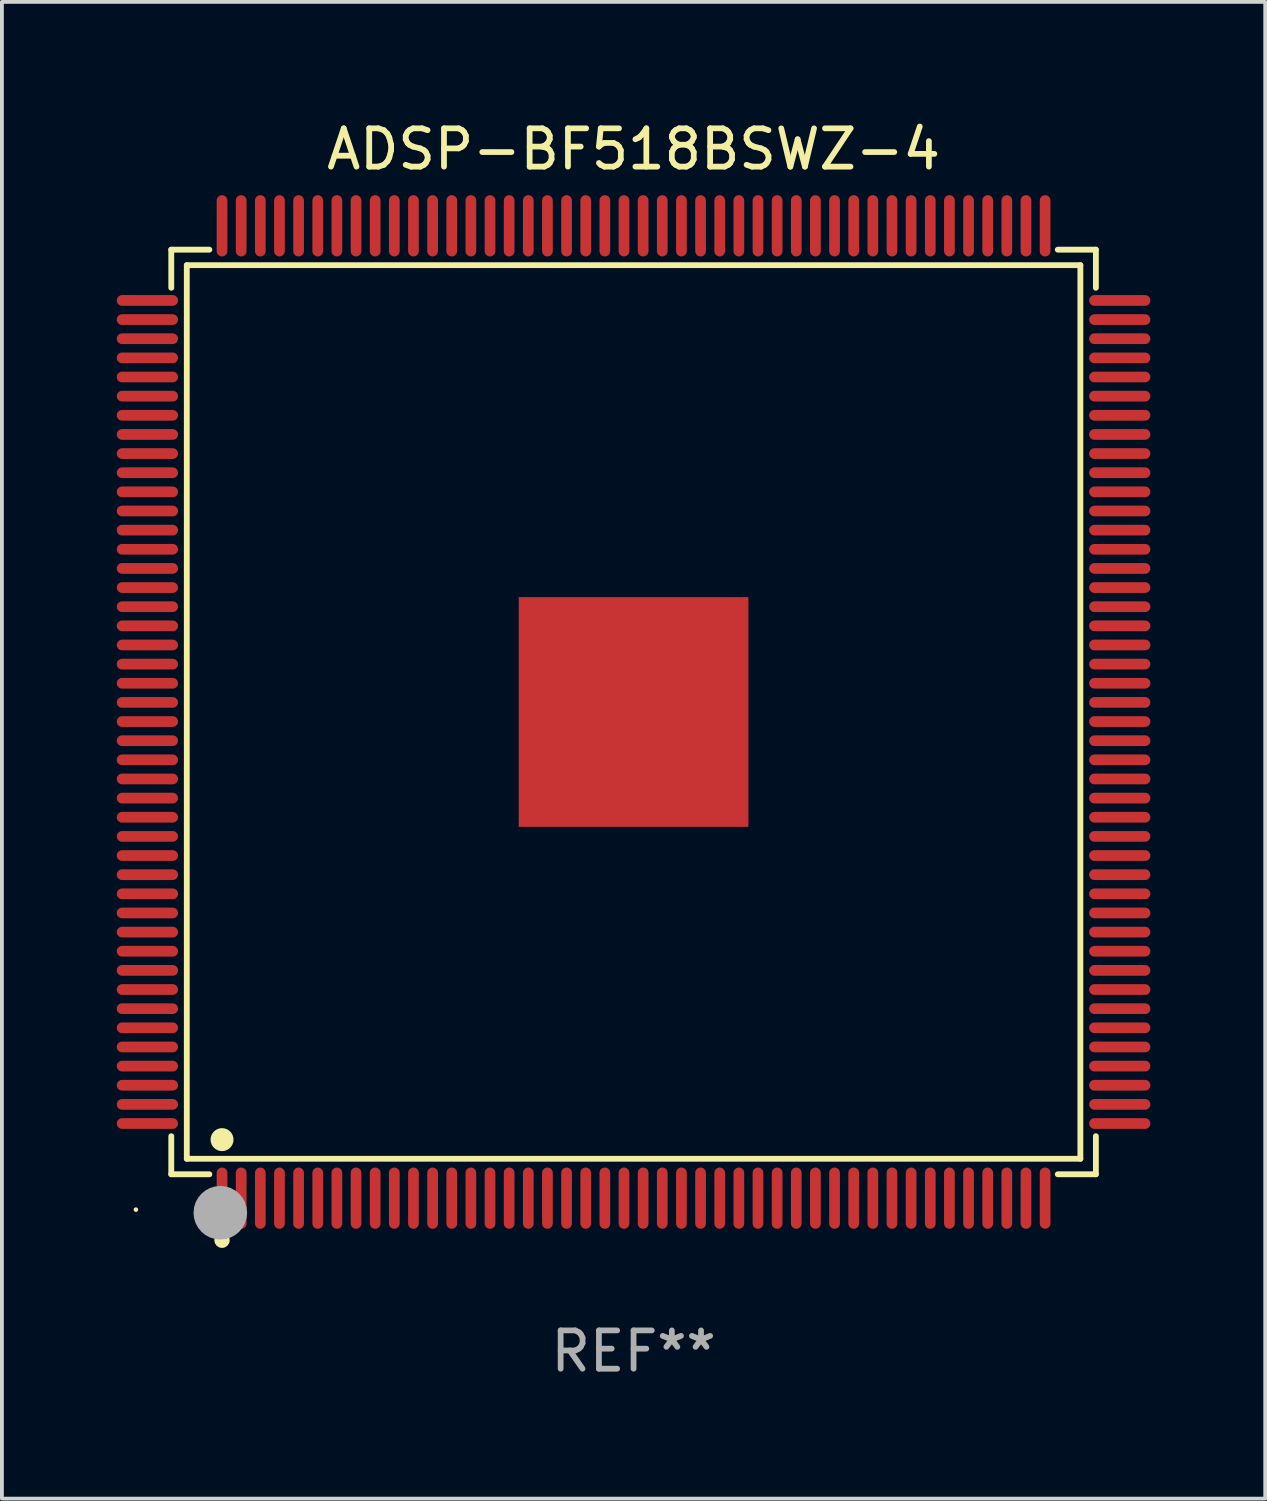
<source format=kicad_pcb>
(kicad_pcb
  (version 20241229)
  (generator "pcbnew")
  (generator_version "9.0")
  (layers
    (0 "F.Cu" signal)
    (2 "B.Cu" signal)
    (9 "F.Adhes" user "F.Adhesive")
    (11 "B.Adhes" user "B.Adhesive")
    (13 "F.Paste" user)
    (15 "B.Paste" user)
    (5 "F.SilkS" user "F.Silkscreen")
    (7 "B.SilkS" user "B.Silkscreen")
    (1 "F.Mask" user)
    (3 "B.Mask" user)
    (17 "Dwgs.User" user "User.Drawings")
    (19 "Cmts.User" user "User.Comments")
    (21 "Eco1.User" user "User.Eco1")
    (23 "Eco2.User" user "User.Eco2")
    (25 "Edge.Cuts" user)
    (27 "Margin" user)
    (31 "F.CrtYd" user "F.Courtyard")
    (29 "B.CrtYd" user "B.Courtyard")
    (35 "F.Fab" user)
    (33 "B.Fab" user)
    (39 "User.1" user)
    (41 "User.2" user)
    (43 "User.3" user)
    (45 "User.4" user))
  (footprint "ADSP-BF518BSWZ-4"
    (layer "F.Cu")
    (at 13.5 15.548)
    (property "Reference" "ADSP-BF518BSWZ-4" (at 0 -14.7 0) (layer "F.SilkS") (effects (font (size 1 1) (thickness 0.15))))
    (attr through_hole)
    (fp_line (start -12.076 -12.076) (end -11.081 -12.076) (stroke (width 0.152) (type solid)) (layer "F.SilkS"))
    (fp_line (start -12.076 -11.081) (end -12.076 -12.076) (stroke (width 0.152) (type solid)) (layer "F.SilkS"))
    (fp_line (start -12.076 11.081) (end -12.076 12.076) (stroke (width 0.152) (type solid)) (layer "F.SilkS"))
    (fp_line (start -12.076 12.076) (end -11.081 12.076) (stroke (width 0.152) (type solid)) (layer "F.SilkS"))
    (fp_line (start -11.671 -11.671) (end 11.671 -11.671) (stroke (width 0.152) (type solid)) (layer "F.SilkS"))
    (fp_line (start -11.671 11.671) (end -11.671 -11.671) (stroke (width 0.152) (type solid)) (layer "F.SilkS"))
    (fp_line (start 11.671 -11.671) (end 11.671 11.671) (stroke (width 0.152) (type solid)) (layer "F.SilkS"))
    (fp_line (start 11.671 11.671) (end -11.671 11.671) (stroke (width 0.152) (type solid)) (layer "F.SilkS"))
    (fp_line (start 12.076 -12.076) (end 11.081 -12.076) (stroke (width 0.152) (type solid)) (layer "F.SilkS"))
    (fp_line (start 12.076 -11.081) (end 12.076 -12.076) (stroke (width 0.152) (type solid)) (layer "F.SilkS"))
    (fp_line (start 12.076 11.081) (end 12.076 12.076) (stroke (width 0.152) (type solid)) (layer "F.SilkS"))
    (fp_line (start 12.076 12.076) (end 11.081 12.076) (stroke (width 0.152) (type solid)) (layer "F.SilkS"))
    (fp_circle (center -13 13) (end -12.97 13) (stroke (width 0.06) (type solid)) (fill no) (layer "F.SilkS"))
    (fp_circle (center -10.75 11.171) (end -10.6 11.171) (stroke (width 0.3) (type solid)) (fill no) (layer "F.SilkS"))
    (fp_circle (center -10.75 13.8) (end -10.65 13.8) (stroke (width 0.2) (type solid)) (fill no) (layer "F.SilkS"))
    (fp_circle (center -10.795 13.081) (end -10.445 13.081) (stroke (width 0.7) (type solid)) (fill no) (layer "F.Fab"))
    (fp_text user "REF**" (at 0 16.7 0) (layer "F.Fab") (effects (font (size 1 1) (thickness 0.15))))
    (pad "1" smd oval (at -10.75 12.7) (size 0.28 1.6) (layers "F.Cu" "F.Mask" "F.Paste"))
    (pad "2" smd oval (at -10.25 12.7) (size 0.28 1.6) (layers "F.Cu" "F.Mask" "F.Paste"))
    (pad "3" smd oval (at -9.75 12.7) (size 0.28 1.6) (layers "F.Cu" "F.Mask" "F.Paste"))
    (pad "4" smd oval (at -9.25 12.7) (size 0.28 1.6) (layers "F.Cu" "F.Mask" "F.Paste"))
    (pad "5" smd oval (at -8.75 12.7) (size 0.28 1.6) (layers "F.Cu" "F.Mask" "F.Paste"))
    (pad "6" smd oval (at -8.25 12.7) (size 0.28 1.6) (layers "F.Cu" "F.Mask" "F.Paste"))
    (pad "7" smd oval (at -7.75 12.7) (size 0.28 1.6) (layers "F.Cu" "F.Mask" "F.Paste"))
    (pad "8" smd oval (at -7.25 12.7) (size 0.28 1.6) (layers "F.Cu" "F.Mask" "F.Paste"))
    (pad "9" smd oval (at -6.75 12.7) (size 0.28 1.6) (layers "F.Cu" "F.Mask" "F.Paste"))
    (pad "10" smd oval (at -6.25 12.7) (size 0.28 1.6) (layers "F.Cu" "F.Mask" "F.Paste"))
    (pad "11" smd oval (at -5.75 12.7) (size 0.28 1.6) (layers "F.Cu" "F.Mask" "F.Paste"))
    (pad "12" smd oval (at -5.25 12.7) (size 0.28 1.6) (layers "F.Cu" "F.Mask" "F.Paste"))
    (pad "13" smd oval (at -4.75 12.7) (size 0.28 1.6) (layers "F.Cu" "F.Mask" "F.Paste"))
    (pad "14" smd oval (at -4.25 12.7) (size 0.28 1.6) (layers "F.Cu" "F.Mask" "F.Paste"))
    (pad "15" smd oval (at -3.75 12.7) (size 0.28 1.6) (layers "F.Cu" "F.Mask" "F.Paste"))
    (pad "16" smd oval (at -3.25 12.7) (size 0.28 1.6) (layers "F.Cu" "F.Mask" "F.Paste"))
    (pad "17" smd oval (at -2.75 12.7) (size 0.28 1.6) (layers "F.Cu" "F.Mask" "F.Paste"))
    (pad "18" smd oval (at -2.25 12.7) (size 0.28 1.6) (layers "F.Cu" "F.Mask" "F.Paste"))
    (pad "19" smd oval (at -1.75 12.7) (size 0.28 1.6) (layers "F.Cu" "F.Mask" "F.Paste"))
    (pad "20" smd oval (at -1.25 12.7) (size 0.28 1.6) (layers "F.Cu" "F.Mask" "F.Paste"))
    (pad "21" smd oval (at -0.75 12.7) (size 0.28 1.6) (layers "F.Cu" "F.Mask" "F.Paste"))
    (pad "22" smd oval (at -0.25 12.7) (size 0.28 1.6) (layers "F.Cu" "F.Mask" "F.Paste"))
    (pad "23" smd oval (at 0.25 12.7) (size 0.28 1.6) (layers "F.Cu" "F.Mask" "F.Paste"))
    (pad "24" smd oval (at 0.75 12.7) (size 0.28 1.6) (layers "F.Cu" "F.Mask" "F.Paste"))
    (pad "25" smd oval (at 1.25 12.7) (size 0.28 1.6) (layers "F.Cu" "F.Mask" "F.Paste"))
    (pad "26" smd oval (at 1.75 12.7) (size 0.28 1.6) (layers "F.Cu" "F.Mask" "F.Paste"))
    (pad "27" smd oval (at 2.25 12.7) (size 0.28 1.6) (layers "F.Cu" "F.Mask" "F.Paste"))
    (pad "28" smd oval (at 2.75 12.7) (size 0.28 1.6) (layers "F.Cu" "F.Mask" "F.Paste"))
    (pad "29" smd oval (at 3.25 12.7) (size 0.28 1.6) (layers "F.Cu" "F.Mask" "F.Paste"))
    (pad "30" smd oval (at 3.75 12.7) (size 0.28 1.6) (layers "F.Cu" "F.Mask" "F.Paste"))
    (pad "31" smd oval (at 4.25 12.7) (size 0.28 1.6) (layers "F.Cu" "F.Mask" "F.Paste"))
    (pad "32" smd oval (at 4.75 12.7) (size 0.28 1.6) (layers "F.Cu" "F.Mask" "F.Paste"))
    (pad "33" smd oval (at 5.25 12.7) (size 0.28 1.6) (layers "F.Cu" "F.Mask" "F.Paste"))
    (pad "34" smd oval (at 5.75 12.7) (size 0.28 1.6) (layers "F.Cu" "F.Mask" "F.Paste"))
    (pad "35" smd oval (at 6.25 12.7) (size 0.28 1.6) (layers "F.Cu" "F.Mask" "F.Paste"))
    (pad "36" smd oval (at 6.75 12.7) (size 0.28 1.6) (layers "F.Cu" "F.Mask" "F.Paste"))
    (pad "37" smd oval (at 7.25 12.7) (size 0.28 1.6) (layers "F.Cu" "F.Mask" "F.Paste"))
    (pad "38" smd oval (at 7.75 12.7) (size 0.28 1.6) (layers "F.Cu" "F.Mask" "F.Paste"))
    (pad "39" smd oval (at 8.25 12.7) (size 0.28 1.6) (layers "F.Cu" "F.Mask" "F.Paste"))
    (pad "40" smd oval (at 8.75 12.7) (size 0.28 1.6) (layers "F.Cu" "F.Mask" "F.Paste"))
    (pad "41" smd oval (at 9.25 12.7) (size 0.28 1.6) (layers "F.Cu" "F.Mask" "F.Paste"))
    (pad "42" smd oval (at 9.75 12.7) (size 0.28 1.6) (layers "F.Cu" "F.Mask" "F.Paste"))
    (pad "43" smd oval (at 10.25 12.7) (size 0.28 1.6) (layers "F.Cu" "F.Mask" "F.Paste"))
    (pad "44" smd oval (at 10.75 12.7) (size 0.28 1.6) (layers "F.Cu" "F.Mask" "F.Paste"))
    (pad "45" smd oval (at 12.7 10.75) (size 1.6 0.28) (layers "F.Cu" "F.Mask" "F.Paste"))
    (pad "46" smd oval (at 12.7 10.25) (size 1.6 0.28) (layers "F.Cu" "F.Mask" "F.Paste"))
    (pad "47" smd oval (at 12.7 9.75) (size 1.6 0.28) (layers "F.Cu" "F.Mask" "F.Paste"))
    (pad "48" smd oval (at 12.7 9.25) (size 1.6 0.28) (layers "F.Cu" "F.Mask" "F.Paste"))
    (pad "49" smd oval (at 12.7 8.75) (size 1.6 0.28) (layers "F.Cu" "F.Mask" "F.Paste"))
    (pad "50" smd oval (at 12.7 8.25) (size 1.6 0.28) (layers "F.Cu" "F.Mask" "F.Paste"))
    (pad "51" smd oval (at 12.7 7.75) (size 1.6 0.28) (layers "F.Cu" "F.Mask" "F.Paste"))
    (pad "52" smd oval (at 12.7 7.25) (size 1.6 0.28) (layers "F.Cu" "F.Mask" "F.Paste"))
    (pad "53" smd oval (at 12.7 6.75) (size 1.6 0.28) (layers "F.Cu" "F.Mask" "F.Paste"))
    (pad "54" smd oval (at 12.7 6.25) (size 1.6 0.28) (layers "F.Cu" "F.Mask" "F.Paste"))
    (pad "55" smd oval (at 12.7 5.75) (size 1.6 0.28) (layers "F.Cu" "F.Mask" "F.Paste"))
    (pad "56" smd oval (at 12.7 5.25) (size 1.6 0.28) (layers "F.Cu" "F.Mask" "F.Paste"))
    (pad "57" smd oval (at 12.7 4.75) (size 1.6 0.28) (layers "F.Cu" "F.Mask" "F.Paste"))
    (pad "58" smd oval (at 12.7 4.25) (size 1.6 0.28) (layers "F.Cu" "F.Mask" "F.Paste"))
    (pad "59" smd oval (at 12.7 3.75) (size 1.6 0.28) (layers "F.Cu" "F.Mask" "F.Paste"))
    (pad "60" smd oval (at 12.7 3.25) (size 1.6 0.28) (layers "F.Cu" "F.Mask" "F.Paste"))
    (pad "61" smd oval (at 12.7 2.75) (size 1.6 0.28) (layers "F.Cu" "F.Mask" "F.Paste"))
    (pad "62" smd oval (at 12.7 2.25) (size 1.6 0.28) (layers "F.Cu" "F.Mask" "F.Paste"))
    (pad "63" smd oval (at 12.7 1.75) (size 1.6 0.28) (layers "F.Cu" "F.Mask" "F.Paste"))
    (pad "64" smd oval (at 12.7 1.25) (size 1.6 0.28) (layers "F.Cu" "F.Mask" "F.Paste"))
    (pad "65" smd oval (at 12.7 0.75) (size 1.6 0.28) (layers "F.Cu" "F.Mask" "F.Paste"))
    (pad "66" smd oval (at 12.7 0.25) (size 1.6 0.28) (layers "F.Cu" "F.Mask" "F.Paste"))
    (pad "67" smd oval (at 12.7 -0.25) (size 1.6 0.28) (layers "F.Cu" "F.Mask" "F.Paste"))
    (pad "68" smd oval (at 12.7 -0.75) (size 1.6 0.28) (layers "F.Cu" "F.Mask" "F.Paste"))
    (pad "69" smd oval (at 12.7 -1.25) (size 1.6 0.28) (layers "F.Cu" "F.Mask" "F.Paste"))
    (pad "70" smd oval (at 12.7 -1.75) (size 1.6 0.28) (layers "F.Cu" "F.Mask" "F.Paste"))
    (pad "71" smd oval (at 12.7 -2.25) (size 1.6 0.28) (layers "F.Cu" "F.Mask" "F.Paste"))
    (pad "72" smd oval (at 12.7 -2.75) (size 1.6 0.28) (layers "F.Cu" "F.Mask" "F.Paste"))
    (pad "73" smd oval (at 12.7 -3.25) (size 1.6 0.28) (layers "F.Cu" "F.Mask" "F.Paste"))
    (pad "74" smd oval (at 12.7 -3.75) (size 1.6 0.28) (layers "F.Cu" "F.Mask" "F.Paste"))
    (pad "75" smd oval (at 12.7 -4.25) (size 1.6 0.28) (layers "F.Cu" "F.Mask" "F.Paste"))
    (pad "76" smd oval (at 12.7 -4.75) (size 1.6 0.28) (layers "F.Cu" "F.Mask" "F.Paste"))
    (pad "77" smd oval (at 12.7 -5.25) (size 1.6 0.28) (layers "F.Cu" "F.Mask" "F.Paste"))
    (pad "78" smd oval (at 12.7 -5.75) (size 1.6 0.28) (layers "F.Cu" "F.Mask" "F.Paste"))
    (pad "79" smd oval (at 12.7 -6.25) (size 1.6 0.28) (layers "F.Cu" "F.Mask" "F.Paste"))
    (pad "80" smd oval (at 12.7 -6.75) (size 1.6 0.28) (layers "F.Cu" "F.Mask" "F.Paste"))
    (pad "81" smd oval (at 12.7 -7.25) (size 1.6 0.28) (layers "F.Cu" "F.Mask" "F.Paste"))
    (pad "82" smd oval (at 12.7 -7.75) (size 1.6 0.28) (layers "F.Cu" "F.Mask" "F.Paste"))
    (pad "83" smd oval (at 12.7 -8.25) (size 1.6 0.28) (layers "F.Cu" "F.Mask" "F.Paste"))
    (pad "84" smd oval (at 12.7 -8.75) (size 1.6 0.28) (layers "F.Cu" "F.Mask" "F.Paste"))
    (pad "85" smd oval (at 12.7 -9.25) (size 1.6 0.28) (layers "F.Cu" "F.Mask" "F.Paste"))
    (pad "86" smd oval (at 12.7 -9.75) (size 1.6 0.28) (layers "F.Cu" "F.Mask" "F.Paste"))
    (pad "87" smd oval (at 12.7 -10.25) (size 1.6 0.28) (layers "F.Cu" "F.Mask" "F.Paste"))
    (pad "88" smd oval (at 12.7 -10.75) (size 1.6 0.28) (layers "F.Cu" "F.Mask" "F.Paste"))
    (pad "89" smd oval (at 10.75 -12.7) (size 0.28 1.6) (layers "F.Cu" "F.Mask" "F.Paste"))
    (pad "90" smd oval (at 10.25 -12.7) (size 0.28 1.6) (layers "F.Cu" "F.Mask" "F.Paste"))
    (pad "91" smd oval (at 9.75 -12.7) (size 0.28 1.6) (layers "F.Cu" "F.Mask" "F.Paste"))
    (pad "92" smd oval (at 9.25 -12.7) (size 0.28 1.6) (layers "F.Cu" "F.Mask" "F.Paste"))
    (pad "93" smd oval (at 8.75 -12.7) (size 0.28 1.6) (layers "F.Cu" "F.Mask" "F.Paste"))
    (pad "94" smd oval (at 8.25 -12.7) (size 0.28 1.6) (layers "F.Cu" "F.Mask" "F.Paste"))
    (pad "95" smd oval (at 7.75 -12.7) (size 0.28 1.6) (layers "F.Cu" "F.Mask" "F.Paste"))
    (pad "96" smd oval (at 7.25 -12.7) (size 0.28 1.6) (layers "F.Cu" "F.Mask" "F.Paste"))
    (pad "97" smd oval (at 6.75 -12.7) (size 0.28 1.6) (layers "F.Cu" "F.Mask" "F.Paste"))
    (pad "98" smd oval (at 6.25 -12.7) (size 0.28 1.6) (layers "F.Cu" "F.Mask" "F.Paste"))
    (pad "99" smd oval (at 5.75 -12.7) (size 0.28 1.6) (layers "F.Cu" "F.Mask" "F.Paste"))
    (pad "100" smd oval (at 5.25 -12.7) (size 0.28 1.6) (layers "F.Cu" "F.Mask" "F.Paste"))
    (pad "101" smd oval (at 4.75 -12.7) (size 0.28 1.6) (layers "F.Cu" "F.Mask" "F.Paste"))
    (pad "102" smd oval (at 4.25 -12.7) (size 0.28 1.6) (layers "F.Cu" "F.Mask" "F.Paste"))
    (pad "103" smd oval (at 3.75 -12.7) (size 0.28 1.6) (layers "F.Cu" "F.Mask" "F.Paste"))
    (pad "104" smd oval (at 3.25 -12.7) (size 0.28 1.6) (layers "F.Cu" "F.Mask" "F.Paste"))
    (pad "105" smd oval (at 2.75 -12.7) (size 0.28 1.6) (layers "F.Cu" "F.Mask" "F.Paste"))
    (pad "106" smd oval (at 2.25 -12.7) (size 0.28 1.6) (layers "F.Cu" "F.Mask" "F.Paste"))
    (pad "107" smd oval (at 1.75 -12.7) (size 0.28 1.6) (layers "F.Cu" "F.Mask" "F.Paste"))
    (pad "108" smd oval (at 1.25 -12.7) (size 0.28 1.6) (layers "F.Cu" "F.Mask" "F.Paste"))
    (pad "109" smd oval (at 0.75 -12.7) (size 0.28 1.6) (layers "F.Cu" "F.Mask" "F.Paste"))
    (pad "110" smd oval (at 0.25 -12.7) (size 0.28 1.6) (layers "F.Cu" "F.Mask" "F.Paste"))
    (pad "111" smd oval (at -0.25 -12.7) (size 0.28 1.6) (layers "F.Cu" "F.Mask" "F.Paste"))
    (pad "112" smd oval (at -0.75 -12.7) (size 0.28 1.6) (layers "F.Cu" "F.Mask" "F.Paste"))
    (pad "113" smd oval (at -1.25 -12.7) (size 0.28 1.6) (layers "F.Cu" "F.Mask" "F.Paste"))
    (pad "114" smd oval (at -1.75 -12.7) (size 0.28 1.6) (layers "F.Cu" "F.Mask" "F.Paste"))
    (pad "115" smd oval (at -2.25 -12.7) (size 0.28 1.6) (layers "F.Cu" "F.Mask" "F.Paste"))
    (pad "116" smd oval (at -2.75 -12.7) (size 0.28 1.6) (layers "F.Cu" "F.Mask" "F.Paste"))
    (pad "117" smd oval (at -3.25 -12.7) (size 0.28 1.6) (layers "F.Cu" "F.Mask" "F.Paste"))
    (pad "118" smd oval (at -3.75 -12.7) (size 0.28 1.6) (layers "F.Cu" "F.Mask" "F.Paste"))
    (pad "119" smd oval (at -4.25 -12.7) (size 0.28 1.6) (layers "F.Cu" "F.Mask" "F.Paste"))
    (pad "120" smd oval (at -4.75 -12.7) (size 0.28 1.6) (layers "F.Cu" "F.Mask" "F.Paste"))
    (pad "121" smd oval (at -5.25 -12.7) (size 0.28 1.6) (layers "F.Cu" "F.Mask" "F.Paste"))
    (pad "122" smd oval (at -5.75 -12.7) (size 0.28 1.6) (layers "F.Cu" "F.Mask" "F.Paste"))
    (pad "123" smd oval (at -6.25 -12.7) (size 0.28 1.6) (layers "F.Cu" "F.Mask" "F.Paste"))
    (pad "124" smd oval (at -6.75 -12.7) (size 0.28 1.6) (layers "F.Cu" "F.Mask" "F.Paste"))
    (pad "125" smd oval (at -7.25 -12.7) (size 0.28 1.6) (layers "F.Cu" "F.Mask" "F.Paste"))
    (pad "126" smd oval (at -7.75 -12.7) (size 0.28 1.6) (layers "F.Cu" "F.Mask" "F.Paste"))
    (pad "127" smd oval (at -8.25 -12.7) (size 0.28 1.6) (layers "F.Cu" "F.Mask" "F.Paste"))
    (pad "128" smd oval (at -8.75 -12.7) (size 0.28 1.6) (layers "F.Cu" "F.Mask" "F.Paste"))
    (pad "129" smd oval (at -9.25 -12.7) (size 0.28 1.6) (layers "F.Cu" "F.Mask" "F.Paste"))
    (pad "130" smd oval (at -9.75 -12.7) (size 0.28 1.6) (layers "F.Cu" "F.Mask" "F.Paste"))
    (pad "131" smd oval (at -10.25 -12.7) (size 0.28 1.6) (layers "F.Cu" "F.Mask" "F.Paste"))
    (pad "132" smd oval (at -10.75 -12.7) (size 0.28 1.6) (layers "F.Cu" "F.Mask" "F.Paste"))
    (pad "133" smd oval (at -12.7 -10.75) (size 1.6 0.28) (layers "F.Cu" "F.Mask" "F.Paste"))
    (pad "134" smd oval (at -12.7 -10.25) (size 1.6 0.28) (layers "F.Cu" "F.Mask" "F.Paste"))
    (pad "135" smd oval (at -12.7 -9.75) (size 1.6 0.28) (layers "F.Cu" "F.Mask" "F.Paste"))
    (pad "136" smd oval (at -12.7 -9.25) (size 1.6 0.28) (layers "F.Cu" "F.Mask" "F.Paste"))
    (pad "137" smd oval (at -12.7 -8.75) (size 1.6 0.28) (layers "F.Cu" "F.Mask" "F.Paste"))
    (pad "138" smd oval (at -12.7 -8.25) (size 1.6 0.28) (layers "F.Cu" "F.Mask" "F.Paste"))
    (pad "139" smd oval (at -12.7 -7.75) (size 1.6 0.28) (layers "F.Cu" "F.Mask" "F.Paste"))
    (pad "140" smd oval (at -12.7 -7.25) (size 1.6 0.28) (layers "F.Cu" "F.Mask" "F.Paste"))
    (pad "141" smd oval (at -12.7 -6.75) (size 1.6 0.28) (layers "F.Cu" "F.Mask" "F.Paste"))
    (pad "142" smd oval (at -12.7 -6.25) (size 1.6 0.28) (layers "F.Cu" "F.Mask" "F.Paste"))
    (pad "143" smd oval (at -12.7 -5.75) (size 1.6 0.28) (layers "F.Cu" "F.Mask" "F.Paste"))
    (pad "144" smd oval (at -12.7 -5.25) (size 1.6 0.28) (layers "F.Cu" "F.Mask" "F.Paste"))
    (pad "145" smd oval (at -12.7 -4.75) (size 1.6 0.28) (layers "F.Cu" "F.Mask" "F.Paste"))
    (pad "146" smd oval (at -12.7 -4.25) (size 1.6 0.28) (layers "F.Cu" "F.Mask" "F.Paste"))
    (pad "147" smd oval (at -12.7 -3.75) (size 1.6 0.28) (layers "F.Cu" "F.Mask" "F.Paste"))
    (pad "148" smd oval (at -12.7 -3.25) (size 1.6 0.28) (layers "F.Cu" "F.Mask" "F.Paste"))
    (pad "149" smd oval (at -12.7 -2.75) (size 1.6 0.28) (layers "F.Cu" "F.Mask" "F.Paste"))
    (pad "150" smd oval (at -12.7 -2.25) (size 1.6 0.28) (layers "F.Cu" "F.Mask" "F.Paste"))
    (pad "151" smd oval (at -12.7 -1.75) (size 1.6 0.28) (layers "F.Cu" "F.Mask" "F.Paste"))
    (pad "152" smd oval (at -12.7 -1.25) (size 1.6 0.28) (layers "F.Cu" "F.Mask" "F.Paste"))
    (pad "153" smd oval (at -12.7 -0.75) (size 1.6 0.28) (layers "F.Cu" "F.Mask" "F.Paste"))
    (pad "154" smd oval (at -12.7 -0.25) (size 1.6 0.28) (layers "F.Cu" "F.Mask" "F.Paste"))
    (pad "155" smd oval (at -12.7 0.25) (size 1.6 0.28) (layers "F.Cu" "F.Mask" "F.Paste"))
    (pad "156" smd oval (at -12.7 0.75) (size 1.6 0.28) (layers "F.Cu" "F.Mask" "F.Paste"))
    (pad "157" smd oval (at -12.7 1.25) (size 1.6 0.28) (layers "F.Cu" "F.Mask" "F.Paste"))
    (pad "158" smd oval (at -12.7 1.75) (size 1.6 0.28) (layers "F.Cu" "F.Mask" "F.Paste"))
    (pad "159" smd oval (at -12.7 2.25) (size 1.6 0.28) (layers "F.Cu" "F.Mask" "F.Paste"))
    (pad "160" smd oval (at -12.7 2.75) (size 1.6 0.28) (layers "F.Cu" "F.Mask" "F.Paste"))
    (pad "161" smd oval (at -12.7 3.25) (size 1.6 0.28) (layers "F.Cu" "F.Mask" "F.Paste"))
    (pad "162" smd oval (at -12.7 3.75) (size 1.6 0.28) (layers "F.Cu" "F.Mask" "F.Paste"))
    (pad "163" smd oval (at -12.7 4.25) (size 1.6 0.28) (layers "F.Cu" "F.Mask" "F.Paste"))
    (pad "164" smd oval (at -12.7 4.75) (size 1.6 0.28) (layers "F.Cu" "F.Mask" "F.Paste"))
    (pad "165" smd oval (at -12.7 5.25) (size 1.6 0.28) (layers "F.Cu" "F.Mask" "F.Paste"))
    (pad "166" smd oval (at -12.7 5.75) (size 1.6 0.28) (layers "F.Cu" "F.Mask" "F.Paste"))
    (pad "167" smd oval (at -12.7 6.25) (size 1.6 0.28) (layers "F.Cu" "F.Mask" "F.Paste"))
    (pad "168" smd oval (at -12.7 6.75) (size 1.6 0.28) (layers "F.Cu" "F.Mask" "F.Paste"))
    (pad "169" smd oval (at -12.7 7.25) (size 1.6 0.28) (layers "F.Cu" "F.Mask" "F.Paste"))
    (pad "170" smd oval (at -12.7 7.75) (size 1.6 0.28) (layers "F.Cu" "F.Mask" "F.Paste"))
    (pad "171" smd oval (at -12.7 8.25) (size 1.6 0.28) (layers "F.Cu" "F.Mask" "F.Paste"))
    (pad "172" smd oval (at -12.7 8.75) (size 1.6 0.28) (layers "F.Cu" "F.Mask" "F.Paste"))
    (pad "173" smd oval (at -12.7 9.25) (size 1.6 0.28) (layers "F.Cu" "F.Mask" "F.Paste"))
    (pad "174" smd oval (at -12.7 9.75) (size 1.6 0.28) (layers "F.Cu" "F.Mask" "F.Paste"))
    (pad "175" smd oval (at -12.7 10.25) (size 1.6 0.28) (layers "F.Cu" "F.Mask" "F.Paste"))
    (pad "176" smd oval (at -12.7 10.75) (size 1.6 0.28) (layers "F.Cu" "F.Mask" "F.Paste"))
    (pad "177" smd rect (at 0 0) (size 6 6) (layers "F.Cu" "F.Mask" "F.Paste")))
  (gr_rect
    (start -3 -3)
    (end 30 36.097)
    (stroke (width 0.1) (type default))
    (fill no)
    (layer "Edge.Cuts")))
</source>
